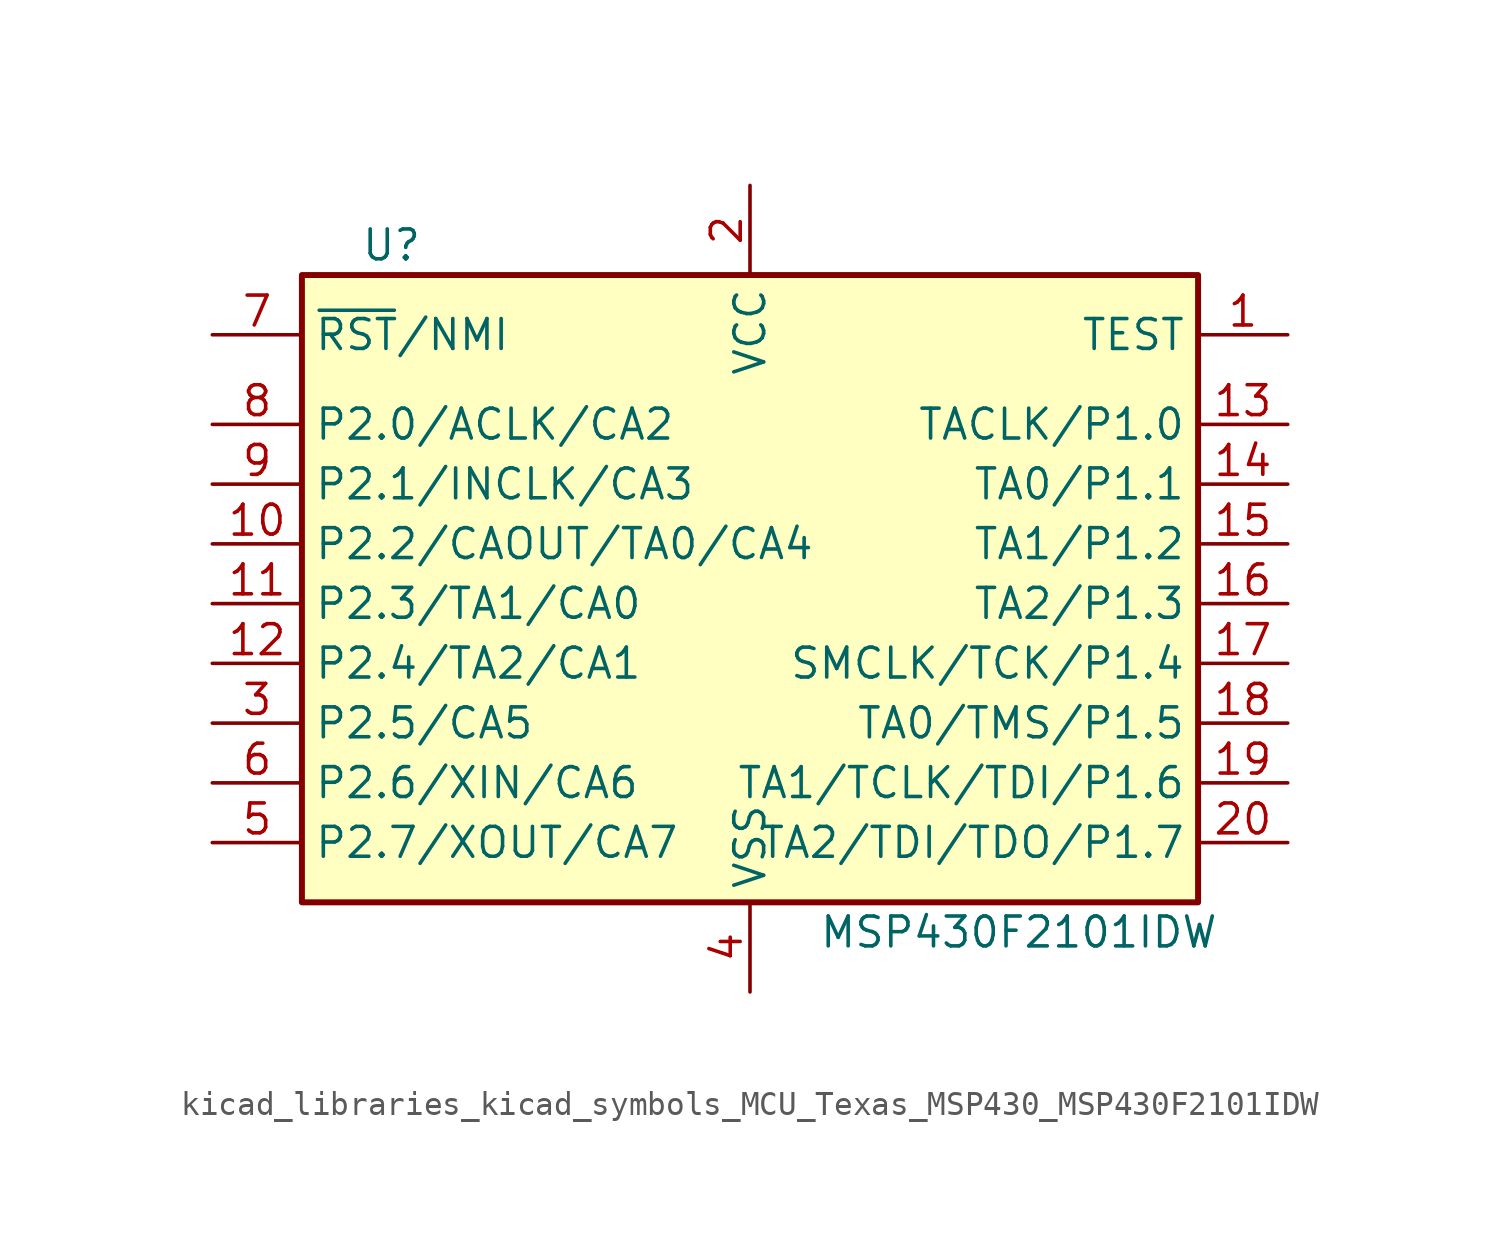
<source format=kicad_sym>
(kicad_symbol_lib
  (version 20220914)
  (generator kicad_symbol_editor)
  (symbol "kicad_libraries_kicad_symbols_MCU_Texas_MSP430_MSP430F2101IDW"
    (property "Reference" "U"
      (at -15.24 15.24 0)
      (effects (font (size 1.27 1.27))))
    (property "Value" "MSP430F2101IDW"
      (at 11.43 -13.97 0)
      (effects (font (size 1.27 1.27))))
    (symbol "kicad_libraries_kicad_symbols_MCU_Texas_MSP430_MSP430F2101IDW_0_1"
      (rectangle (start -19.05 13.97) (end 19.05 -12.7) (stroke (width 0.254) (type default)) (fill (type background))))
    (symbol "kicad_libraries_kicad_symbols_MCU_Texas_MSP430_MSP430F2101IDW_1_1"
      (pin input line (at 22.86 11.43 180) (length 3.81) (name "TEST" (effects (font (size 1.27 1.27)))) (number "1" (effects (font (size 1.27 1.27)))))
      (pin bidirectional line (at -22.86 2.54 0) (length 3.81) (name "P2.2/CAOUT/TA0/CA4" (effects (font (size 1.27 1.27)))) (number "10" (effects (font (size 1.27 1.27)))))
      (pin bidirectional line (at -22.86 0 0) (length 3.81) (name "P2.3/TA1/CA0" (effects (font (size 1.27 1.27)))) (number "11" (effects (font (size 1.27 1.27)))))
      (pin bidirectional line (at -22.86 -2.54 0) (length 3.81) (name "P2.4/TA2/CA1" (effects (font (size 1.27 1.27)))) (number "12" (effects (font (size 1.27 1.27)))))
      (pin bidirectional line (at 22.86 7.62 180) (length 3.81) (name "TACLK/P1.0" (effects (font (size 1.27 1.27)))) (number "13" (effects (font (size 1.27 1.27)))))
      (pin bidirectional line (at 22.86 5.08 180) (length 3.81) (name "TA0/P1.1" (effects (font (size 1.27 1.27)))) (number "14" (effects (font (size 1.27 1.27)))))
      (pin bidirectional line (at 22.86 2.54 180) (length 3.81) (name "TA1/P1.2" (effects (font (size 1.27 1.27)))) (number "15" (effects (font (size 1.27 1.27)))))
      (pin bidirectional line (at 22.86 0 180) (length 3.81) (name "TA2/P1.3" (effects (font (size 1.27 1.27)))) (number "16" (effects (font (size 1.27 1.27)))))
      (pin bidirectional line (at 22.86 -2.54 180) (length 3.81) (name "SMCLK/TCK/P1.4" (effects (font (size 1.27 1.27)))) (number "17" (effects (font (size 1.27 1.27)))))
      (pin bidirectional line (at 22.86 -5.08 180) (length 3.81) (name "TA0/TMS/P1.5" (effects (font (size 1.27 1.27)))) (number "18" (effects (font (size 1.27 1.27)))))
      (pin bidirectional line (at 22.86 -7.62 180) (length 3.81) (name "TA1/TCLK/TDI/P1.6" (effects (font (size 1.27 1.27)))) (number "19" (effects (font (size 1.27 1.27)))))
      (pin power_in line (at 0 17.78 270) (length 3.81) (name "VCC" (effects (font (size 1.27 1.27)))) (number "2" (effects (font (size 1.27 1.27)))))
      (pin bidirectional line (at 22.86 -10.16 180) (length 3.81) (name "TA2/TDI/TDO/P1.7" (effects (font (size 1.27 1.27)))) (number "20" (effects (font (size 1.27 1.27)))))
      (pin bidirectional line (at -22.86 -5.08 0) (length 3.81) (name "P2.5/CA5" (effects (font (size 1.27 1.27)))) (number "3" (effects (font (size 1.27 1.27)))))
      (pin power_in line (at 0 -16.51 90) (length 3.81) (name "VSS" (effects (font (size 1.27 1.27)))) (number "4" (effects (font (size 1.27 1.27)))))
      (pin bidirectional line (at -22.86 -10.16 0) (length 3.81) (name "P2.7/XOUT/CA7" (effects (font (size 1.27 1.27)))) (number "5" (effects (font (size 1.27 1.27)))))
      (pin bidirectional line (at -22.86 -7.62 0) (length 3.81) (name "P2.6/XIN/CA6" (effects (font (size 1.27 1.27)))) (number "6" (effects (font (size 1.27 1.27)))))
      (pin input line (at -22.86 11.43 0) (length 3.81) (name "~{RST}/NMI" (effects (font (size 1.27 1.27)))) (number "7" (effects (font (size 1.27 1.27)))))
      (pin bidirectional line (at -22.86 7.62 0) (length 3.81) (name "P2.0/ACLK/CA2" (effects (font (size 1.27 1.27)))) (number "8" (effects (font (size 1.27 1.27)))))
      (pin bidirectional line (at -22.86 5.08 0) (length 3.81) (name "P2.1/INCLK/CA3" (effects (font (size 1.27 1.27)))) (number "9" (effects (font (size 1.27 1.27))))))))
</source>
